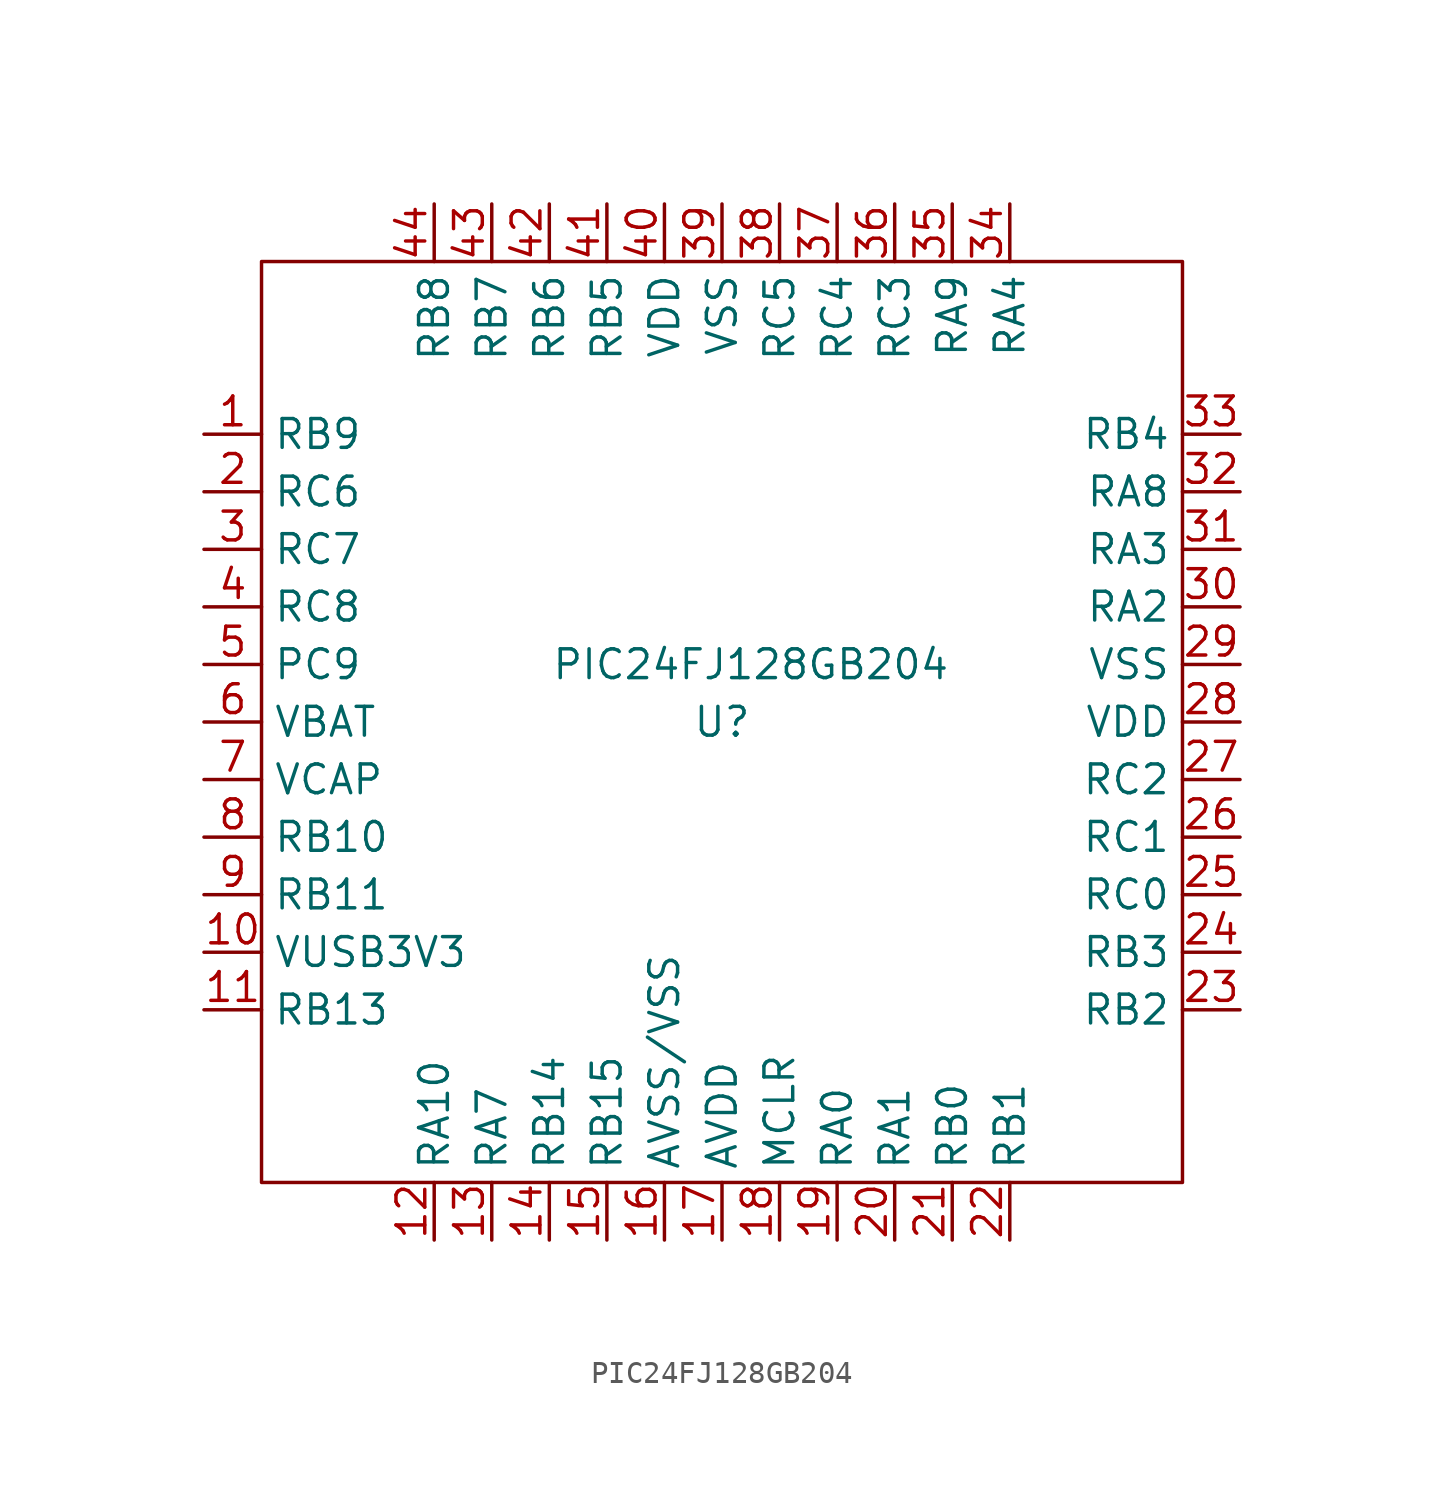
<source format=kicad_sym>
(kicad_symbol_lib
  (version 20211014)
  (generator kicad_symbol_editor)
  (symbol "PIC24FJ128GB204"
    (property "Reference" "U"
      (at 0 0 0)
      (effects (font (size 1.27 1.27))))
    (property "Value" "PIC24FJ128GB204"
      (at 1.27 2.54 0)
      (effects (font (size 1.27 1.27))))
    (symbol "PIC24FJ128GB204_0_1"
      (rectangle (start -20.32 20.32) (end 20.32 -20.32) (stroke (width 0) (type default) (color 0 0 0 0)) (fill (type none))))
    (symbol "PIC24FJ128GB204_1_1"
      (pin bidirectional line (at -22.86 12.7 0) (length 2.54) (name "RB9" (effects (font (size 1.27 1.27)))) (number "1" (effects (font (size 1.27 1.27)))))
      (pin input line (at -22.86 -10.16 0) (length 2.54) (name "VUSB3V3" (effects (font (size 1.27 1.27)))) (number "10" (effects (font (size 1.27 1.27)))))
      (pin bidirectional line (at -22.86 -12.7 0) (length 2.54) (name "RB13" (effects (font (size 1.27 1.27)))) (number "11" (effects (font (size 1.27 1.27)))))
      (pin bidirectional line (at -12.7 -22.86 90) (length 2.54) (name "RA10" (effects (font (size 1.27 1.27)))) (number "12" (effects (font (size 1.27 1.27)))))
      (pin bidirectional line (at -10.16 -22.86 90) (length 2.54) (name "RA7" (effects (font (size 1.27 1.27)))) (number "13" (effects (font (size 1.27 1.27)))))
      (pin bidirectional line (at -7.62 -22.86 90) (length 2.54) (name "RB14" (effects (font (size 1.27 1.27)))) (number "14" (effects (font (size 1.27 1.27)))))
      (pin bidirectional line (at -5.08 -22.86 90) (length 2.54) (name "RB15" (effects (font (size 1.27 1.27)))) (number "15" (effects (font (size 1.27 1.27)))))
      (pin power_in line (at -2.54 -22.86 90) (length 2.54) (name "AVSS/VSS" (effects (font (size 1.27 1.27)))) (number "16" (effects (font (size 1.27 1.27)))))
      (pin power_in line (at 0 -22.86 90) (length 2.54) (name "AVDD" (effects (font (size 1.27 1.27)))) (number "17" (effects (font (size 1.27 1.27)))))
      (pin input line (at 2.54 -22.86 90) (length 2.54) (name "MCLR" (effects (font (size 1.27 1.27)))) (number "18" (effects (font (size 1.27 1.27)))))
      (pin bidirectional line (at 5.08 -22.86 90) (length 2.54) (name "RA0" (effects (font (size 1.27 1.27)))) (number "19" (effects (font (size 1.27 1.27)))))
      (pin bidirectional line (at -22.86 10.16 0) (length 2.54) (name "RC6" (effects (font (size 1.27 1.27)))) (number "2" (effects (font (size 1.27 1.27)))))
      (pin bidirectional line (at 7.62 -22.86 90) (length 2.54) (name "RA1" (effects (font (size 1.27 1.27)))) (number "20" (effects (font (size 1.27 1.27)))))
      (pin bidirectional line (at 10.16 -22.86 90) (length 2.54) (name "RB0" (effects (font (size 1.27 1.27)))) (number "21" (effects (font (size 1.27 1.27)))))
      (pin bidirectional line (at 12.7 -22.86 90) (length 2.54) (name "RB1" (effects (font (size 1.27 1.27)))) (number "22" (effects (font (size 1.27 1.27)))))
      (pin bidirectional line (at 22.86 -12.7 180) (length 2.54) (name "RB2" (effects (font (size 1.27 1.27)))) (number "23" (effects (font (size 1.27 1.27)))))
      (pin bidirectional line (at 22.86 -10.16 180) (length 2.54) (name "RB3" (effects (font (size 1.27 1.27)))) (number "24" (effects (font (size 1.27 1.27)))))
      (pin bidirectional line (at 22.86 -7.62 180) (length 2.54) (name "RC0" (effects (font (size 1.27 1.27)))) (number "25" (effects (font (size 1.27 1.27)))))
      (pin bidirectional line (at 22.86 -5.08 180) (length 2.54) (name "RC1" (effects (font (size 1.27 1.27)))) (number "26" (effects (font (size 1.27 1.27)))))
      (pin bidirectional line (at 22.86 -2.54 180) (length 2.54) (name "RC2" (effects (font (size 1.27 1.27)))) (number "27" (effects (font (size 1.27 1.27)))))
      (pin power_in line (at 22.86 0 180) (length 2.54) (name "VDD" (effects (font (size 1.27 1.27)))) (number "28" (effects (font (size 1.27 1.27)))))
      (pin power_in line (at 22.86 2.54 180) (length 2.54) (name "VSS" (effects (font (size 1.27 1.27)))) (number "29" (effects (font (size 1.27 1.27)))))
      (pin bidirectional line (at -22.86 7.62 0) (length 2.54) (name "RC7" (effects (font (size 1.27 1.27)))) (number "3" (effects (font (size 1.27 1.27)))))
      (pin bidirectional line (at 22.86 5.08 180) (length 2.54) (name "RA2" (effects (font (size 1.27 1.27)))) (number "30" (effects (font (size 1.27 1.27)))))
      (pin bidirectional line (at 22.86 7.62 180) (length 2.54) (name "RA3" (effects (font (size 1.27 1.27)))) (number "31" (effects (font (size 1.27 1.27)))))
      (pin bidirectional line (at 22.86 10.16 180) (length 2.54) (name "RA8" (effects (font (size 1.27 1.27)))) (number "32" (effects (font (size 1.27 1.27)))))
      (pin bidirectional line (at 22.86 12.7 180) (length 2.54) (name "RB4" (effects (font (size 1.27 1.27)))) (number "33" (effects (font (size 1.27 1.27)))))
      (pin bidirectional line (at 12.7 22.86 270) (length 2.54) (name "RA4" (effects (font (size 1.27 1.27)))) (number "34" (effects (font (size 1.27 1.27)))))
      (pin bidirectional line (at 10.16 22.86 270) (length 2.54) (name "RA9" (effects (font (size 1.27 1.27)))) (number "35" (effects (font (size 1.27 1.27)))))
      (pin bidirectional line (at 7.62 22.86 270) (length 2.54) (name "RC3" (effects (font (size 1.27 1.27)))) (number "36" (effects (font (size 1.27 1.27)))))
      (pin bidirectional line (at 5.08 22.86 270) (length 2.54) (name "RC4" (effects (font (size 1.27 1.27)))) (number "37" (effects (font (size 1.27 1.27)))))
      (pin bidirectional line (at 2.54 22.86 270) (length 2.54) (name "RC5" (effects (font (size 1.27 1.27)))) (number "38" (effects (font (size 1.27 1.27)))))
      (pin power_in line (at 0 22.86 270) (length 2.54) (name "VSS" (effects (font (size 1.27 1.27)))) (number "39" (effects (font (size 1.27 1.27)))))
      (pin bidirectional line (at -22.86 5.08 0) (length 2.54) (name "RC8" (effects (font (size 1.27 1.27)))) (number "4" (effects (font (size 1.27 1.27)))))
      (pin power_in line (at -2.54 22.86 270) (length 2.54) (name "VDD" (effects (font (size 1.27 1.27)))) (number "40" (effects (font (size 1.27 1.27)))))
      (pin bidirectional line (at -5.08 22.86 270) (length 2.54) (name "RB5" (effects (font (size 1.27 1.27)))) (number "41" (effects (font (size 1.27 1.27)))))
      (pin bidirectional line (at -7.62 22.86 270) (length 2.54) (name "RB6" (effects (font (size 1.27 1.27)))) (number "42" (effects (font (size 1.27 1.27)))))
      (pin bidirectional line (at -10.16 22.86 270) (length 2.54) (name "RB7" (effects (font (size 1.27 1.27)))) (number "43" (effects (font (size 1.27 1.27)))))
      (pin bidirectional line (at -12.7 22.86 270) (length 2.54) (name "RB8" (effects (font (size 1.27 1.27)))) (number "44" (effects (font (size 1.27 1.27)))))
      (pin bidirectional line (at -22.86 2.54 0) (length 2.54) (name "PC9" (effects (font (size 1.27 1.27)))) (number "5" (effects (font (size 1.27 1.27)))))
      (pin input line (at -22.86 0 0) (length 2.54) (name "VBAT" (effects (font (size 1.27 1.27)))) (number "6" (effects (font (size 1.27 1.27)))))
      (pin input line (at -22.86 -2.54 0) (length 2.54) (name "VCAP" (effects (font (size 1.27 1.27)))) (number "7" (effects (font (size 1.27 1.27)))))
      (pin bidirectional line (at -22.86 -5.08 0) (length 2.54) (name "RB10" (effects (font (size 1.27 1.27)))) (number "8" (effects (font (size 1.27 1.27)))))
      (pin bidirectional line (at -22.86 -7.62 0) (length 2.54) (name "RB11" (effects (font (size 1.27 1.27)))) (number "9" (effects (font (size 1.27 1.27))))))))
</source>
